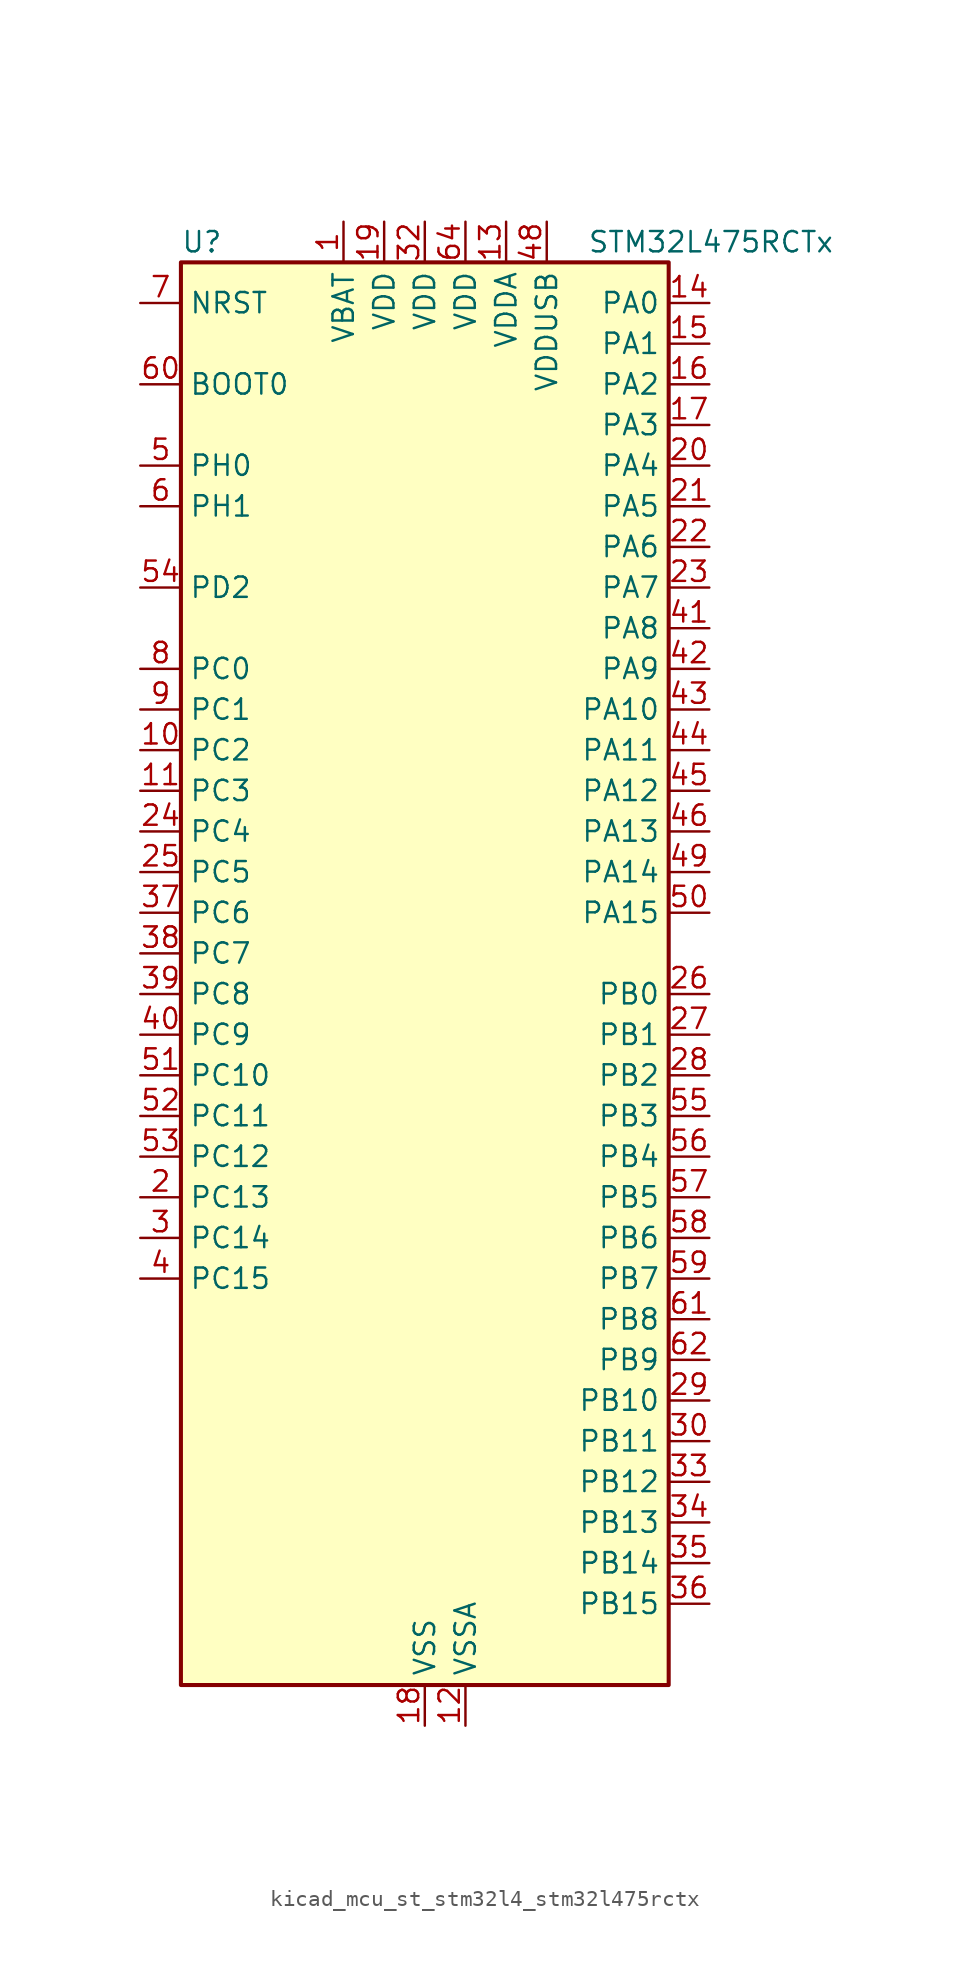
<source format=kicad_sym>
(kicad_symbol_lib
  (version 20220914)
  (generator kicad_symbol_editor)
  (symbol "kicad_mcu_st_stm32l4_stm32l475rctx"
    (property "Reference" "U"
      (at -15.24 46.99 0)
      (effects (font (size 1.27 1.27)) (justify left)))
    (property "Value" "STM32L475RCTx"
      (at 10.16 46.99 0)
      (effects (font (size 1.27 1.27)) (justify left)))
    (property "ki_locked" ""
      (at 0 0 0)
      (effects (font (size 1.27 1.27))))
    (symbol "kicad_mcu_st_stm32l4_stm32l475rctx_0_1"
      (rectangle (start -15.24 -43.18) (end 15.24 45.72) (stroke (width 0.254) (type default)) (fill (type background))))
    (symbol "kicad_mcu_st_stm32l4_stm32l475rctx_1_1"
      (pin power_in line (at -5.08 48.26 270) (length 2.54) (name "VBAT" (effects (font (size 1.27 1.27)))) (number "1" (effects (font (size 1.27 1.27)))))
      (pin bidirectional line (at -17.78 15.24 0) (length 2.54) (name "PC2" (effects (font (size 1.27 1.27)))) (number "10" (effects (font (size 1.27 1.27)))) (alternate "ADC1_IN3" bidirectional line) (alternate "ADC2_IN3" bidirectional line) (alternate "ADC3_IN3" bidirectional line) (alternate "DFSDM1_CKOUT" bidirectional line) (alternate "LPTIM1_IN2" bidirectional line) (alternate "SPI2_MISO" bidirectional line))
      (pin bidirectional line (at -17.78 12.7 0) (length 2.54) (name "PC3" (effects (font (size 1.27 1.27)))) (number "11" (effects (font (size 1.27 1.27)))) (alternate "ADC1_IN4" bidirectional line) (alternate "ADC2_IN4" bidirectional line) (alternate "ADC3_IN4" bidirectional line) (alternate "LPTIM1_ETR" bidirectional line) (alternate "LPTIM2_ETR" bidirectional line) (alternate "SAI1_SD_A" bidirectional line) (alternate "SPI2_MOSI" bidirectional line))
      (pin power_in line (at 2.54 -45.72 90) (length 2.54) (name "VSSA" (effects (font (size 1.27 1.27)))) (number "12" (effects (font (size 1.27 1.27)))))
      (pin power_in line (at 5.08 48.26 270) (length 2.54) (name "VDDA" (effects (font (size 1.27 1.27)))) (number "13" (effects (font (size 1.27 1.27)))))
      (pin bidirectional line (at 17.78 43.18 180) (length 2.54) (name "PA0" (effects (font (size 1.27 1.27)))) (number "14" (effects (font (size 1.27 1.27)))) (alternate "ADC1_IN5" bidirectional line) (alternate "ADC2_IN5" bidirectional line) (alternate "OPAMP1_VINP" bidirectional line) (alternate "RTC_TAMP2" bidirectional line) (alternate "SAI1_EXTCLK" bidirectional line) (alternate "SYS_WKUP1" bidirectional line) (alternate "TIM2_CH1" bidirectional line) (alternate "TIM2_ETR" bidirectional line) (alternate "TIM5_CH1" bidirectional line) (alternate "TIM8_ETR" bidirectional line) (alternate "UART4_TX" bidirectional line) (alternate "USART2_CTS" bidirectional line))
      (pin bidirectional line (at 17.78 40.64 180) (length 2.54) (name "PA1" (effects (font (size 1.27 1.27)))) (number "15" (effects (font (size 1.27 1.27)))) (alternate "ADC1_IN6" bidirectional line) (alternate "ADC2_IN6" bidirectional line) (alternate "OPAMP1_VINM" bidirectional line) (alternate "TIM15_CH1N" bidirectional line) (alternate "TIM2_CH2" bidirectional line) (alternate "TIM5_CH2" bidirectional line) (alternate "UART4_RX" bidirectional line) (alternate "USART2_DE" bidirectional line) (alternate "USART2_RTS" bidirectional line))
      (pin bidirectional line (at 17.78 38.1 180) (length 2.54) (name "PA2" (effects (font (size 1.27 1.27)))) (number "16" (effects (font (size 1.27 1.27)))) (alternate "ADC1_IN7" bidirectional line) (alternate "ADC2_IN7" bidirectional line) (alternate "RCC_LSCO" bidirectional line) (alternate "SAI2_EXTCLK" bidirectional line) (alternate "SYS_WKUP4" bidirectional line) (alternate "TIM15_CH1" bidirectional line) (alternate "TIM2_CH3" bidirectional line) (alternate "TIM5_CH3" bidirectional line) (alternate "USART2_TX" bidirectional line))
      (pin bidirectional line (at 17.78 35.56 180) (length 2.54) (name "PA3" (effects (font (size 1.27 1.27)))) (number "17" (effects (font (size 1.27 1.27)))) (alternate "ADC1_IN8" bidirectional line) (alternate "ADC2_IN8" bidirectional line) (alternate "OPAMP1_VOUT" bidirectional line) (alternate "TIM15_CH2" bidirectional line) (alternate "TIM2_CH4" bidirectional line) (alternate "TIM5_CH4" bidirectional line) (alternate "USART2_RX" bidirectional line))
      (pin power_in line (at 0 -45.72 90) (length 2.54) (name "VSS" (effects (font (size 1.27 1.27)))) (number "18" (effects (font (size 1.27 1.27)))))
      (pin power_in line (at -2.54 48.26 270) (length 2.54) (name "VDD" (effects (font (size 1.27 1.27)))) (number "19" (effects (font (size 1.27 1.27)))))
      (pin bidirectional line (at -17.78 -12.7 0) (length 2.54) (name "PC13" (effects (font (size 1.27 1.27)))) (number "2" (effects (font (size 1.27 1.27)))) (alternate "RTC_OUT_ALARM" bidirectional line) (alternate "RTC_OUT_CALIB" bidirectional line) (alternate "RTC_TAMP1" bidirectional line) (alternate "RTC_TS" bidirectional line) (alternate "SYS_WKUP2" bidirectional line))
      (pin bidirectional line (at 17.78 33.02 180) (length 2.54) (name "PA4" (effects (font (size 1.27 1.27)))) (number "20" (effects (font (size 1.27 1.27)))) (alternate "ADC1_IN9" bidirectional line) (alternate "ADC2_IN9" bidirectional line) (alternate "DAC1_OUT1" bidirectional line) (alternate "LPTIM2_OUT" bidirectional line) (alternate "SAI1_FS_B" bidirectional line) (alternate "SPI1_NSS" bidirectional line) (alternate "SPI3_NSS" bidirectional line) (alternate "USART2_CK" bidirectional line))
      (pin bidirectional line (at 17.78 30.48 180) (length 2.54) (name "PA5" (effects (font (size 1.27 1.27)))) (number "21" (effects (font (size 1.27 1.27)))) (alternate "ADC1_IN10" bidirectional line) (alternate "ADC2_IN10" bidirectional line) (alternate "DAC1_OUT2" bidirectional line) (alternate "LPTIM2_ETR" bidirectional line) (alternate "SPI1_SCK" bidirectional line) (alternate "TIM2_CH1" bidirectional line) (alternate "TIM2_ETR" bidirectional line) (alternate "TIM8_CH1N" bidirectional line))
      (pin bidirectional line (at 17.78 27.94 180) (length 2.54) (name "PA6" (effects (font (size 1.27 1.27)))) (number "22" (effects (font (size 1.27 1.27)))) (alternate "ADC1_IN11" bidirectional line) (alternate "ADC2_IN11" bidirectional line) (alternate "OPAMP2_VINP" bidirectional line) (alternate "QUADSPI_BK1_IO3" bidirectional line) (alternate "SPI1_MISO" bidirectional line) (alternate "TIM16_CH1" bidirectional line) (alternate "TIM1_BKIN" bidirectional line) (alternate "TIM1_BKIN_COMP2" bidirectional line) (alternate "TIM3_CH1" bidirectional line) (alternate "TIM8_BKIN" bidirectional line) (alternate "TIM8_BKIN_COMP2" bidirectional line) (alternate "USART3_CTS" bidirectional line))
      (pin bidirectional line (at 17.78 25.4 180) (length 2.54) (name "PA7" (effects (font (size 1.27 1.27)))) (number "23" (effects (font (size 1.27 1.27)))) (alternate "ADC1_IN12" bidirectional line) (alternate "ADC2_IN12" bidirectional line) (alternate "OPAMP2_VINM" bidirectional line) (alternate "QUADSPI_BK1_IO2" bidirectional line) (alternate "SPI1_MOSI" bidirectional line) (alternate "TIM17_CH1" bidirectional line) (alternate "TIM1_CH1N" bidirectional line) (alternate "TIM3_CH2" bidirectional line) (alternate "TIM8_CH1N" bidirectional line))
      (pin bidirectional line (at -17.78 10.16 0) (length 2.54) (name "PC4" (effects (font (size 1.27 1.27)))) (number "24" (effects (font (size 1.27 1.27)))) (alternate "ADC1_IN13" bidirectional line) (alternate "ADC2_IN13" bidirectional line) (alternate "COMP1_INM" bidirectional line) (alternate "USART3_TX" bidirectional line))
      (pin bidirectional line (at -17.78 7.62 0) (length 2.54) (name "PC5" (effects (font (size 1.27 1.27)))) (number "25" (effects (font (size 1.27 1.27)))) (alternate "ADC1_IN14" bidirectional line) (alternate "ADC2_IN14" bidirectional line) (alternate "COMP1_INP" bidirectional line) (alternate "SYS_WKUP5" bidirectional line) (alternate "USART3_RX" bidirectional line))
      (pin bidirectional line (at 17.78 0 180) (length 2.54) (name "PB0" (effects (font (size 1.27 1.27)))) (number "26" (effects (font (size 1.27 1.27)))) (alternate "ADC1_IN15" bidirectional line) (alternate "ADC2_IN15" bidirectional line) (alternate "COMP1_OUT" bidirectional line) (alternate "OPAMP2_VOUT" bidirectional line) (alternate "QUADSPI_BK1_IO1" bidirectional line) (alternate "TIM1_CH2N" bidirectional line) (alternate "TIM3_CH3" bidirectional line) (alternate "TIM8_CH2N" bidirectional line) (alternate "USART3_CK" bidirectional line))
      (pin bidirectional line (at 17.78 -2.54 180) (length 2.54) (name "PB1" (effects (font (size 1.27 1.27)))) (number "27" (effects (font (size 1.27 1.27)))) (alternate "ADC1_IN16" bidirectional line) (alternate "ADC2_IN16" bidirectional line) (alternate "COMP1_INM" bidirectional line) (alternate "DFSDM1_DATIN0" bidirectional line) (alternate "LPTIM2_IN1" bidirectional line) (alternate "QUADSPI_BK1_IO0" bidirectional line) (alternate "TIM1_CH3N" bidirectional line) (alternate "TIM3_CH4" bidirectional line) (alternate "TIM8_CH3N" bidirectional line) (alternate "USART3_DE" bidirectional line) (alternate "USART3_RTS" bidirectional line))
      (pin bidirectional line (at 17.78 -5.08 180) (length 2.54) (name "PB2" (effects (font (size 1.27 1.27)))) (number "28" (effects (font (size 1.27 1.27)))) (alternate "COMP1_INP" bidirectional line) (alternate "DFSDM1_CKIN0" bidirectional line) (alternate "I2C3_SMBA" bidirectional line) (alternate "LPTIM1_OUT" bidirectional line) (alternate "RTC_OUT_ALARM" bidirectional line) (alternate "RTC_OUT_CALIB" bidirectional line))
      (pin bidirectional line (at 17.78 -25.4 180) (length 2.54) (name "PB10" (effects (font (size 1.27 1.27)))) (number "29" (effects (font (size 1.27 1.27)))) (alternate "COMP1_OUT" bidirectional line) (alternate "DFSDM1_DATIN7" bidirectional line) (alternate "I2C2_SCL" bidirectional line) (alternate "LPUART1_RX" bidirectional line) (alternate "QUADSPI_CLK" bidirectional line) (alternate "SAI1_SCK_A" bidirectional line) (alternate "SPI2_SCK" bidirectional line) (alternate "TIM2_CH3" bidirectional line) (alternate "USART3_TX" bidirectional line))
      (pin bidirectional line (at -17.78 -15.24 0) (length 2.54) (name "PC14" (effects (font (size 1.27 1.27)))) (number "3" (effects (font (size 1.27 1.27)))) (alternate "RCC_OSC32_IN" bidirectional line))
      (pin bidirectional line (at 17.78 -27.94 180) (length 2.54) (name "PB11" (effects (font (size 1.27 1.27)))) (number "30" (effects (font (size 1.27 1.27)))) (alternate "ADC1_EXTI11" bidirectional line) (alternate "ADC2_EXTI11" bidirectional line) (alternate "ADC3_EXTI11" bidirectional line) (alternate "COMP2_OUT" bidirectional line) (alternate "DFSDM1_CKIN7" bidirectional line) (alternate "I2C2_SDA" bidirectional line) (alternate "LPUART1_TX" bidirectional line) (alternate "QUADSPI_NCS" bidirectional line) (alternate "TIM2_CH4" bidirectional line) (alternate "USART3_RX" bidirectional line))
      (pin passive line (at 0 -45.72 90) (length 2.54) hide (name "VSS" (effects (font (size 1.27 1.27)))) (number "31" (effects (font (size 1.27 1.27)))))
      (pin power_in line (at 0 48.26 270) (length 2.54) (name "VDD" (effects (font (size 1.27 1.27)))) (number "32" (effects (font (size 1.27 1.27)))))
      (pin bidirectional line (at 17.78 -30.48 180) (length 2.54) (name "PB12" (effects (font (size 1.27 1.27)))) (number "33" (effects (font (size 1.27 1.27)))) (alternate "DFSDM1_DATIN1" bidirectional line) (alternate "I2C2_SMBA" bidirectional line) (alternate "LPUART1_DE" bidirectional line) (alternate "LPUART1_RTS" bidirectional line) (alternate "SAI2_FS_A" bidirectional line) (alternate "SPI2_NSS" bidirectional line) (alternate "SWPMI1_IO" bidirectional line) (alternate "TIM15_BKIN" bidirectional line) (alternate "TIM1_BKIN" bidirectional line) (alternate "TIM1_BKIN_COMP2" bidirectional line) (alternate "TSC_G1_IO1" bidirectional line) (alternate "USART3_CK" bidirectional line))
      (pin bidirectional line (at 17.78 -33.02 180) (length 2.54) (name "PB13" (effects (font (size 1.27 1.27)))) (number "34" (effects (font (size 1.27 1.27)))) (alternate "DFSDM1_CKIN1" bidirectional line) (alternate "I2C2_SCL" bidirectional line) (alternate "LPUART1_CTS" bidirectional line) (alternate "SAI2_SCK_A" bidirectional line) (alternate "SPI2_SCK" bidirectional line) (alternate "SWPMI1_TX" bidirectional line) (alternate "TIM15_CH1N" bidirectional line) (alternate "TIM1_CH1N" bidirectional line) (alternate "TSC_G1_IO2" bidirectional line) (alternate "USART3_CTS" bidirectional line))
      (pin bidirectional line (at 17.78 -35.56 180) (length 2.54) (name "PB14" (effects (font (size 1.27 1.27)))) (number "35" (effects (font (size 1.27 1.27)))) (alternate "DFSDM1_DATIN2" bidirectional line) (alternate "I2C2_SDA" bidirectional line) (alternate "SAI2_MCLK_A" bidirectional line) (alternate "SPI2_MISO" bidirectional line) (alternate "SWPMI1_RX" bidirectional line) (alternate "TIM15_CH1" bidirectional line) (alternate "TIM1_CH2N" bidirectional line) (alternate "TIM8_CH2N" bidirectional line) (alternate "TSC_G1_IO3" bidirectional line) (alternate "USART3_DE" bidirectional line) (alternate "USART3_RTS" bidirectional line))
      (pin bidirectional line (at 17.78 -38.1 180) (length 2.54) (name "PB15" (effects (font (size 1.27 1.27)))) (number "36" (effects (font (size 1.27 1.27)))) (alternate "ADC1_EXTI15" bidirectional line) (alternate "ADC2_EXTI15" bidirectional line) (alternate "ADC3_EXTI15" bidirectional line) (alternate "DFSDM1_CKIN2" bidirectional line) (alternate "RTC_REFIN" bidirectional line) (alternate "SAI2_SD_A" bidirectional line) (alternate "SPI2_MOSI" bidirectional line) (alternate "SWPMI1_SUSPEND" bidirectional line) (alternate "TIM15_CH2" bidirectional line) (alternate "TIM1_CH3N" bidirectional line) (alternate "TIM8_CH3N" bidirectional line) (alternate "TSC_G1_IO4" bidirectional line))
      (pin bidirectional line (at -17.78 5.08 0) (length 2.54) (name "PC6" (effects (font (size 1.27 1.27)))) (number "37" (effects (font (size 1.27 1.27)))) (alternate "DFSDM1_CKIN3" bidirectional line) (alternate "SAI2_MCLK_A" bidirectional line) (alternate "SDMMC1_D6" bidirectional line) (alternate "TIM3_CH1" bidirectional line) (alternate "TIM8_CH1" bidirectional line) (alternate "TSC_G4_IO1" bidirectional line))
      (pin bidirectional line (at -17.78 2.54 0) (length 2.54) (name "PC7" (effects (font (size 1.27 1.27)))) (number "38" (effects (font (size 1.27 1.27)))) (alternate "DFSDM1_DATIN3" bidirectional line) (alternate "SAI2_MCLK_B" bidirectional line) (alternate "SDMMC1_D7" bidirectional line) (alternate "TIM3_CH2" bidirectional line) (alternate "TIM8_CH2" bidirectional line) (alternate "TSC_G4_IO2" bidirectional line))
      (pin bidirectional line (at -17.78 0 0) (length 2.54) (name "PC8" (effects (font (size 1.27 1.27)))) (number "39" (effects (font (size 1.27 1.27)))) (alternate "SDMMC1_D0" bidirectional line) (alternate "TIM3_CH3" bidirectional line) (alternate "TIM8_CH3" bidirectional line) (alternate "TSC_G4_IO3" bidirectional line))
      (pin bidirectional line (at -17.78 -17.78 0) (length 2.54) (name "PC15" (effects (font (size 1.27 1.27)))) (number "4" (effects (font (size 1.27 1.27)))) (alternate "ADC1_EXTI15" bidirectional line) (alternate "ADC2_EXTI15" bidirectional line) (alternate "ADC3_EXTI15" bidirectional line) (alternate "RCC_OSC32_OUT" bidirectional line))
      (pin bidirectional line (at -17.78 -2.54 0) (length 2.54) (name "PC9" (effects (font (size 1.27 1.27)))) (number "40" (effects (font (size 1.27 1.27)))) (alternate "DAC1_EXTI9" bidirectional line) (alternate "SAI2_EXTCLK" bidirectional line) (alternate "SDMMC1_D1" bidirectional line) (alternate "TIM3_CH4" bidirectional line) (alternate "TIM8_BKIN2" bidirectional line) (alternate "TIM8_BKIN2_COMP1" bidirectional line) (alternate "TIM8_CH4" bidirectional line) (alternate "TSC_G4_IO4" bidirectional line) (alternate "USB_OTG_FS_NOE" bidirectional line))
      (pin bidirectional line (at 17.78 22.86 180) (length 2.54) (name "PA8" (effects (font (size 1.27 1.27)))) (number "41" (effects (font (size 1.27 1.27)))) (alternate "LPTIM2_OUT" bidirectional line) (alternate "RCC_MCO" bidirectional line) (alternate "TIM1_CH1" bidirectional line) (alternate "USART1_CK" bidirectional line) (alternate "USB_OTG_FS_SOF" bidirectional line))
      (pin bidirectional line (at 17.78 20.32 180) (length 2.54) (name "PA9" (effects (font (size 1.27 1.27)))) (number "42" (effects (font (size 1.27 1.27)))) (alternate "DAC1_EXTI9" bidirectional line) (alternate "TIM15_BKIN" bidirectional line) (alternate "TIM1_CH2" bidirectional line) (alternate "USART1_TX" bidirectional line) (alternate "USB_OTG_FS_VBUS" bidirectional line))
      (pin bidirectional line (at 17.78 17.78 180) (length 2.54) (name "PA10" (effects (font (size 1.27 1.27)))) (number "43" (effects (font (size 1.27 1.27)))) (alternate "TIM17_BKIN" bidirectional line) (alternate "TIM1_CH3" bidirectional line) (alternate "USART1_RX" bidirectional line) (alternate "USB_OTG_FS_ID" bidirectional line))
      (pin bidirectional line (at 17.78 15.24 180) (length 2.54) (name "PA11" (effects (font (size 1.27 1.27)))) (number "44" (effects (font (size 1.27 1.27)))) (alternate "ADC1_EXTI11" bidirectional line) (alternate "ADC2_EXTI11" bidirectional line) (alternate "ADC3_EXTI11" bidirectional line) (alternate "CAN1_RX" bidirectional line) (alternate "TIM1_BKIN2" bidirectional line) (alternate "TIM1_BKIN2_COMP1" bidirectional line) (alternate "TIM1_CH4" bidirectional line) (alternate "USART1_CTS" bidirectional line) (alternate "USB_OTG_FS_DM" bidirectional line))
      (pin bidirectional line (at 17.78 12.7 180) (length 2.54) (name "PA12" (effects (font (size 1.27 1.27)))) (number "45" (effects (font (size 1.27 1.27)))) (alternate "CAN1_TX" bidirectional line) (alternate "TIM1_ETR" bidirectional line) (alternate "USART1_DE" bidirectional line) (alternate "USART1_RTS" bidirectional line) (alternate "USB_OTG_FS_DP" bidirectional line))
      (pin bidirectional line (at 17.78 10.16 180) (length 2.54) (name "PA13" (effects (font (size 1.27 1.27)))) (number "46" (effects (font (size 1.27 1.27)))) (alternate "IR_OUT" bidirectional line) (alternate "SYS_JTMS-SWDIO" bidirectional line) (alternate "USB_OTG_FS_NOE" bidirectional line))
      (pin passive line (at 0 -45.72 90) (length 2.54) hide (name "VSS" (effects (font (size 1.27 1.27)))) (number "47" (effects (font (size 1.27 1.27)))))
      (pin power_in line (at 7.62 48.26 270) (length 2.54) (name "VDDUSB" (effects (font (size 1.27 1.27)))) (number "48" (effects (font (size 1.27 1.27)))))
      (pin bidirectional line (at 17.78 7.62 180) (length 2.54) (name "PA14" (effects (font (size 1.27 1.27)))) (number "49" (effects (font (size 1.27 1.27)))) (alternate "SYS_JTCK-SWCLK" bidirectional line))
      (pin bidirectional line (at -17.78 33.02 0) (length 2.54) (name "PH0" (effects (font (size 1.27 1.27)))) (number "5" (effects (font (size 1.27 1.27)))) (alternate "RCC_OSC_IN" bidirectional line))
      (pin bidirectional line (at 17.78 5.08 180) (length 2.54) (name "PA15" (effects (font (size 1.27 1.27)))) (number "50" (effects (font (size 1.27 1.27)))) (alternate "ADC1_EXTI15" bidirectional line) (alternate "ADC2_EXTI15" bidirectional line) (alternate "ADC3_EXTI15" bidirectional line) (alternate "SAI2_FS_B" bidirectional line) (alternate "SPI1_NSS" bidirectional line) (alternate "SPI3_NSS" bidirectional line) (alternate "SYS_JTDI" bidirectional line) (alternate "TIM2_CH1" bidirectional line) (alternate "TIM2_ETR" bidirectional line) (alternate "TSC_G3_IO1" bidirectional line) (alternate "UART4_DE" bidirectional line) (alternate "UART4_RTS" bidirectional line))
      (pin bidirectional line (at -17.78 -5.08 0) (length 2.54) (name "PC10" (effects (font (size 1.27 1.27)))) (number "51" (effects (font (size 1.27 1.27)))) (alternate "SAI2_SCK_B" bidirectional line) (alternate "SDMMC1_D2" bidirectional line) (alternate "SPI3_SCK" bidirectional line) (alternate "TSC_G3_IO2" bidirectional line) (alternate "UART4_TX" bidirectional line) (alternate "USART3_TX" bidirectional line))
      (pin bidirectional line (at -17.78 -7.62 0) (length 2.54) (name "PC11" (effects (font (size 1.27 1.27)))) (number "52" (effects (font (size 1.27 1.27)))) (alternate "ADC1_EXTI11" bidirectional line) (alternate "ADC2_EXTI11" bidirectional line) (alternate "ADC3_EXTI11" bidirectional line) (alternate "SAI2_MCLK_B" bidirectional line) (alternate "SDMMC1_D3" bidirectional line) (alternate "SPI3_MISO" bidirectional line) (alternate "TSC_G3_IO3" bidirectional line) (alternate "UART4_RX" bidirectional line) (alternate "USART3_RX" bidirectional line))
      (pin bidirectional line (at -17.78 -10.16 0) (length 2.54) (name "PC12" (effects (font (size 1.27 1.27)))) (number "53" (effects (font (size 1.27 1.27)))) (alternate "SAI2_SD_B" bidirectional line) (alternate "SDMMC1_CK" bidirectional line) (alternate "SPI3_MOSI" bidirectional line) (alternate "TSC_G3_IO4" bidirectional line) (alternate "UART5_TX" bidirectional line) (alternate "USART3_CK" bidirectional line))
      (pin bidirectional line (at -17.78 25.4 0) (length 2.54) (name "PD2" (effects (font (size 1.27 1.27)))) (number "54" (effects (font (size 1.27 1.27)))) (alternate "SDMMC1_CMD" bidirectional line) (alternate "TIM3_ETR" bidirectional line) (alternate "TSC_SYNC" bidirectional line) (alternate "UART5_RX" bidirectional line) (alternate "USART3_DE" bidirectional line) (alternate "USART3_RTS" bidirectional line))
      (pin bidirectional line (at 17.78 -7.62 180) (length 2.54) (name "PB3" (effects (font (size 1.27 1.27)))) (number "55" (effects (font (size 1.27 1.27)))) (alternate "COMP2_INM" bidirectional line) (alternate "SAI1_SCK_B" bidirectional line) (alternate "SPI1_SCK" bidirectional line) (alternate "SPI3_SCK" bidirectional line) (alternate "SYS_JTDO-SWO" bidirectional line) (alternate "TIM2_CH2" bidirectional line) (alternate "USART1_DE" bidirectional line) (alternate "USART1_RTS" bidirectional line))
      (pin bidirectional line (at 17.78 -10.16 180) (length 2.54) (name "PB4" (effects (font (size 1.27 1.27)))) (number "56" (effects (font (size 1.27 1.27)))) (alternate "COMP2_INP" bidirectional line) (alternate "SAI1_MCLK_B" bidirectional line) (alternate "SPI1_MISO" bidirectional line) (alternate "SPI3_MISO" bidirectional line) (alternate "SYS_JTRST" bidirectional line) (alternate "TIM17_BKIN" bidirectional line) (alternate "TIM3_CH1" bidirectional line) (alternate "TSC_G2_IO1" bidirectional line) (alternate "UART5_DE" bidirectional line) (alternate "UART5_RTS" bidirectional line) (alternate "USART1_CTS" bidirectional line))
      (pin bidirectional line (at 17.78 -12.7 180) (length 2.54) (name "PB5" (effects (font (size 1.27 1.27)))) (number "57" (effects (font (size 1.27 1.27)))) (alternate "COMP2_OUT" bidirectional line) (alternate "I2C1_SMBA" bidirectional line) (alternate "LPTIM1_IN1" bidirectional line) (alternate "SAI1_SD_B" bidirectional line) (alternate "SPI1_MOSI" bidirectional line) (alternate "SPI3_MOSI" bidirectional line) (alternate "TIM16_BKIN" bidirectional line) (alternate "TIM3_CH2" bidirectional line) (alternate "TSC_G2_IO2" bidirectional line) (alternate "UART5_CTS" bidirectional line) (alternate "USART1_CK" bidirectional line))
      (pin bidirectional line (at 17.78 -15.24 180) (length 2.54) (name "PB6" (effects (font (size 1.27 1.27)))) (number "58" (effects (font (size 1.27 1.27)))) (alternate "COMP2_INP" bidirectional line) (alternate "DFSDM1_DATIN5" bidirectional line) (alternate "I2C1_SCL" bidirectional line) (alternate "LPTIM1_ETR" bidirectional line) (alternate "SAI1_FS_B" bidirectional line) (alternate "TIM16_CH1N" bidirectional line) (alternate "TIM4_CH1" bidirectional line) (alternate "TIM8_BKIN2" bidirectional line) (alternate "TIM8_BKIN2_COMP2" bidirectional line) (alternate "TSC_G2_IO3" bidirectional line) (alternate "USART1_TX" bidirectional line))
      (pin bidirectional line (at 17.78 -17.78 180) (length 2.54) (name "PB7" (effects (font (size 1.27 1.27)))) (number "59" (effects (font (size 1.27 1.27)))) (alternate "COMP2_INM" bidirectional line) (alternate "DFSDM1_CKIN5" bidirectional line) (alternate "I2C1_SDA" bidirectional line) (alternate "LPTIM1_IN2" bidirectional line) (alternate "SYS_PVD_IN" bidirectional line) (alternate "TIM17_CH1N" bidirectional line) (alternate "TIM4_CH2" bidirectional line) (alternate "TIM8_BKIN" bidirectional line) (alternate "TIM8_BKIN_COMP1" bidirectional line) (alternate "TSC_G2_IO4" bidirectional line) (alternate "UART4_CTS" bidirectional line) (alternate "USART1_RX" bidirectional line))
      (pin bidirectional line (at -17.78 30.48 0) (length 2.54) (name "PH1" (effects (font (size 1.27 1.27)))) (number "6" (effects (font (size 1.27 1.27)))) (alternate "RCC_OSC_OUT" bidirectional line))
      (pin input line (at -17.78 38.1 0) (length 2.54) (name "BOOT0" (effects (font (size 1.27 1.27)))) (number "60" (effects (font (size 1.27 1.27)))))
      (pin bidirectional line (at 17.78 -20.32 180) (length 2.54) (name "PB8" (effects (font (size 1.27 1.27)))) (number "61" (effects (font (size 1.27 1.27)))) (alternate "CAN1_RX" bidirectional line) (alternate "DFSDM1_DATIN6" bidirectional line) (alternate "I2C1_SCL" bidirectional line) (alternate "SAI1_MCLK_A" bidirectional line) (alternate "SDMMC1_D4" bidirectional line) (alternate "TIM16_CH1" bidirectional line) (alternate "TIM4_CH3" bidirectional line))
      (pin bidirectional line (at 17.78 -22.86 180) (length 2.54) (name "PB9" (effects (font (size 1.27 1.27)))) (number "62" (effects (font (size 1.27 1.27)))) (alternate "CAN1_TX" bidirectional line) (alternate "DAC1_EXTI9" bidirectional line) (alternate "DFSDM1_CKIN6" bidirectional line) (alternate "I2C1_SDA" bidirectional line) (alternate "IR_OUT" bidirectional line) (alternate "SAI1_FS_A" bidirectional line) (alternate "SDMMC1_D5" bidirectional line) (alternate "SPI2_NSS" bidirectional line) (alternate "TIM17_CH1" bidirectional line) (alternate "TIM4_CH4" bidirectional line))
      (pin passive line (at 0 -45.72 90) (length 2.54) hide (name "VSS" (effects (font (size 1.27 1.27)))) (number "63" (effects (font (size 1.27 1.27)))))
      (pin power_in line (at 2.54 48.26 270) (length 2.54) (name "VDD" (effects (font (size 1.27 1.27)))) (number "64" (effects (font (size 1.27 1.27)))))
      (pin input line (at -17.78 43.18 0) (length 2.54) (name "NRST" (effects (font (size 1.27 1.27)))) (number "7" (effects (font (size 1.27 1.27)))))
      (pin bidirectional line (at -17.78 20.32 0) (length 2.54) (name "PC0" (effects (font (size 1.27 1.27)))) (number "8" (effects (font (size 1.27 1.27)))) (alternate "ADC1_IN1" bidirectional line) (alternate "ADC2_IN1" bidirectional line) (alternate "ADC3_IN1" bidirectional line) (alternate "DFSDM1_DATIN4" bidirectional line) (alternate "I2C3_SCL" bidirectional line) (alternate "LPTIM1_IN1" bidirectional line) (alternate "LPTIM2_IN1" bidirectional line) (alternate "LPUART1_RX" bidirectional line))
      (pin bidirectional line (at -17.78 17.78 0) (length 2.54) (name "PC1" (effects (font (size 1.27 1.27)))) (number "9" (effects (font (size 1.27 1.27)))) (alternate "ADC1_IN2" bidirectional line) (alternate "ADC2_IN2" bidirectional line) (alternate "ADC3_IN2" bidirectional line) (alternate "DFSDM1_CKIN4" bidirectional line) (alternate "I2C3_SDA" bidirectional line) (alternate "LPTIM1_OUT" bidirectional line) (alternate "LPUART1_TX" bidirectional line)))))
</source>
